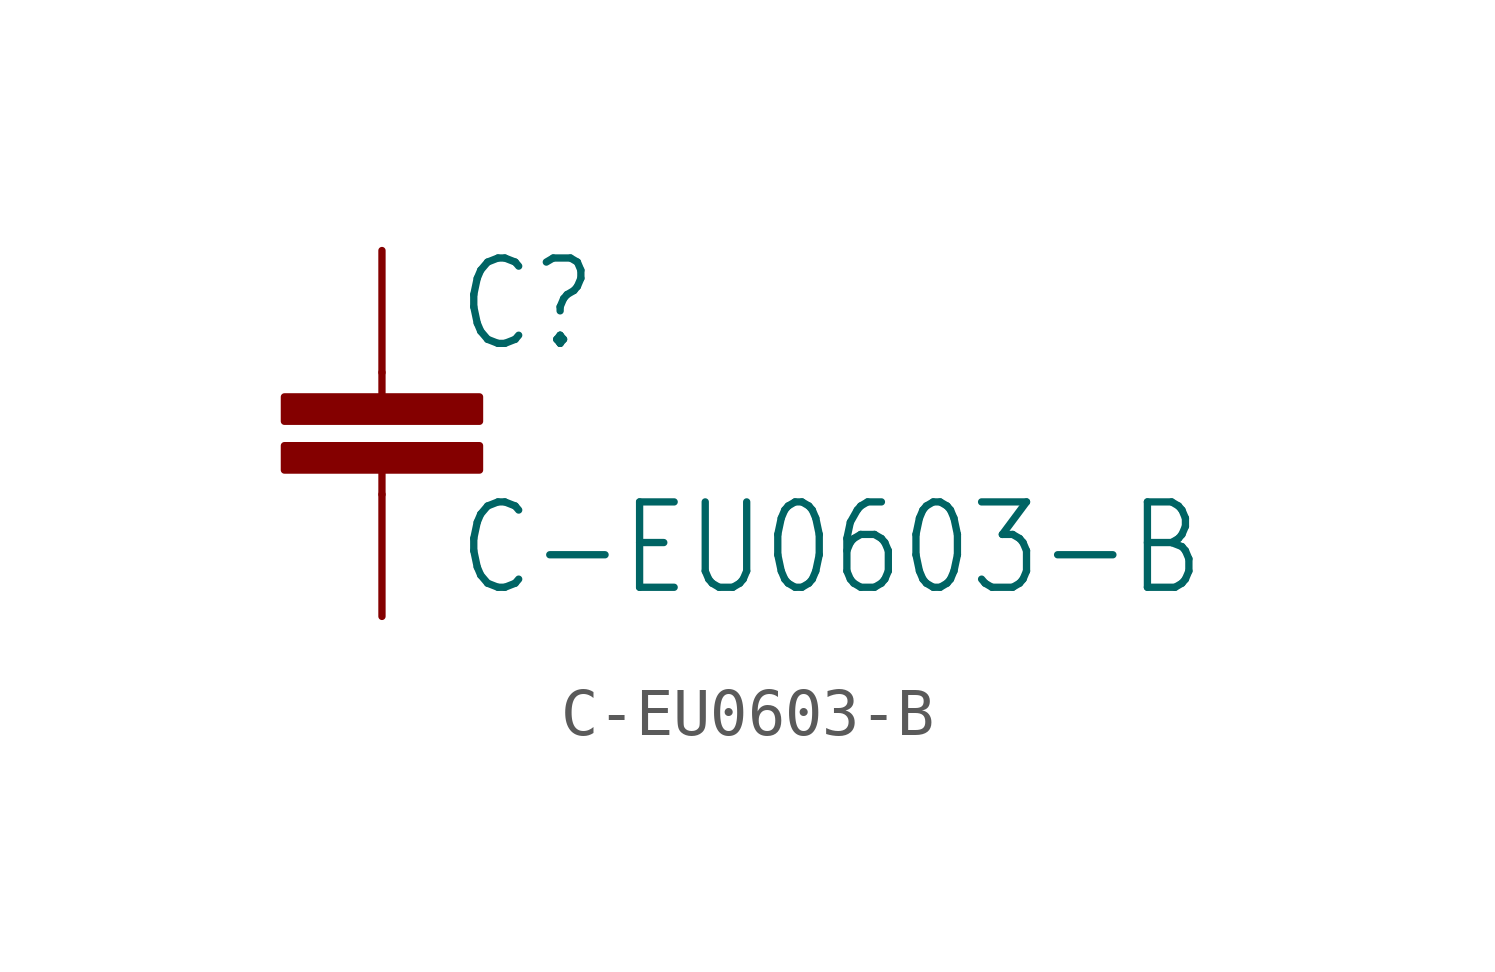
<source format=kicad_sym>
(kicad_symbol_lib
  (version 20211014)
  (generator kicad_symbol_editor)
  (symbol "C-EU0603-B"
    (property "Reference" "C"
      (at 1.524 0.381 0)
      (effects (font (size 1.778 1.511)) (justify left bottom)))
    (property "Value" "C-EU0603-B"
      (at 1.524 -4.699 0)
      (effects (font (size 1.778 1.511)) (justify left bottom)))
    (property "ki_locked" ""
      (at 0 0 0)
      (effects (font (size 1.27 1.27))))
    (symbol "C-EU0603-B_1_0"
      (rectangle (start -2.032 -2.032) (end 2.032 -1.524) (stroke (width 0) (type default)) (fill (type outline)))
      (rectangle (start -2.032 -1.016) (end 2.032 -0.508) (stroke (width 0) (type default)) (fill (type outline)))
      (polyline (pts (xy 0 -2.54) (xy 0 -2.032)) (stroke (width 0.152) (type default)) (fill (type none)))
      (polyline (pts (xy 0 0) (xy 0 -0.508)) (stroke (width 0.152) (type default)) (fill (type none)))
      (pin passive line (at 0 2.54 270) (length 2.54) (name "1" (effects (font (size 0 0)))) (number "1" (effects (font (size 0 0)))))
      (pin passive line (at 0 -5.08 90) (length 2.54) (name "2" (effects (font (size 0 0)))) (number "2" (effects (font (size 0 0))))))))
</source>
